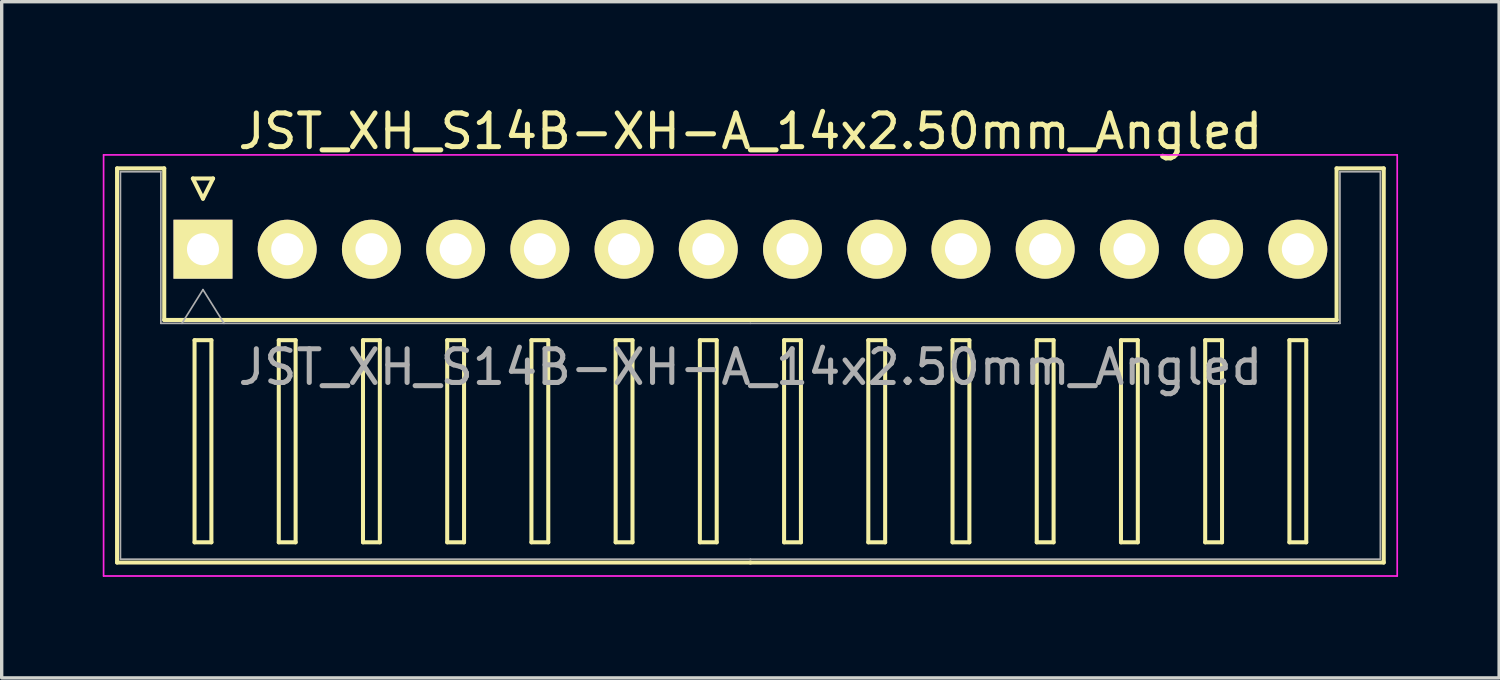
<source format=kicad_pcb>
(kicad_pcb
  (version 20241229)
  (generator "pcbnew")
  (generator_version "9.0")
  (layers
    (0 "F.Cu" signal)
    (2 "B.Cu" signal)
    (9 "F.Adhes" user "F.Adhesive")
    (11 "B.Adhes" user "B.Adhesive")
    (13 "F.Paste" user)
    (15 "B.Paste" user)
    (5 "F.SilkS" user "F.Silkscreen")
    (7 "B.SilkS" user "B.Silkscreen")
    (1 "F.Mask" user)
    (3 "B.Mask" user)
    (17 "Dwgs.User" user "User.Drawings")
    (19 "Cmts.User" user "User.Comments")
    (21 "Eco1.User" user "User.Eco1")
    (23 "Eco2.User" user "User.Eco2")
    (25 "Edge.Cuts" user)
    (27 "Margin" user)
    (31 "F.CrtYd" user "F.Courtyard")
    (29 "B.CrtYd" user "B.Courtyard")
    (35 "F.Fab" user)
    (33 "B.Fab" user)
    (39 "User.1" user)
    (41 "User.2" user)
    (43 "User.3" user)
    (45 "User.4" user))
  (footprint "JST_XH_S14B-XH-A_14x2.50mm_Angled"
    (layer "F.Cu")
    (at 2.975 4.348)
    (property "Reference" "JST_XH_S14B-XH-A_14x2.50mm_Angled" (at 16.25 3.5 0) (layer "F.Fab") (effects (font (size 1 1) (thickness 0.15))))
    (attr through_hole)
    (fp_line (start -2.55 -2.4) (end -1.15 -2.4) (stroke (width 0.12) (type solid)) (layer "F.SilkS"))
    (fp_line (start -2.55 9.3) (end -2.55 -2.4) (stroke (width 0.12) (type solid)) (layer "F.SilkS"))
    (fp_line (start -1.15 -2.4) (end -1.15 2.1) (stroke (width 0.12) (type solid)) (layer "F.SilkS"))
    (fp_line (start -1.15 2.1) (end 16.25 2.1) (stroke (width 0.12) (type solid)) (layer "F.SilkS"))
    (fp_line (start -0.3 -2.1) (end 0.3 -2.1) (stroke (width 0.12) (type solid)) (layer "F.SilkS"))
    (fp_line (start -0.25 2.7) (end -0.25 8.7) (stroke (width 0.12) (type solid)) (layer "F.SilkS"))
    (fp_line (start -0.25 8.7) (end 0.25 8.7) (stroke (width 0.12) (type solid)) (layer "F.SilkS"))
    (fp_line (start 0 -1.5) (end -0.3 -2.1) (stroke (width 0.12) (type solid)) (layer "F.SilkS"))
    (fp_line (start 0.25 2.7) (end -0.25 2.7) (stroke (width 0.12) (type solid)) (layer "F.SilkS"))
    (fp_line (start 0.25 8.7) (end 0.25 2.7) (stroke (width 0.12) (type solid)) (layer "F.SilkS"))
    (fp_line (start 0.3 -2.1) (end 0 -1.5) (stroke (width 0.12) (type solid)) (layer "F.SilkS"))
    (fp_line (start 2.25 2.7) (end 2.25 8.7) (stroke (width 0.12) (type solid)) (layer "F.SilkS"))
    (fp_line (start 2.25 8.7) (end 2.75 8.7) (stroke (width 0.12) (type solid)) (layer "F.SilkS"))
    (fp_line (start 2.75 2.7) (end 2.25 2.7) (stroke (width 0.12) (type solid)) (layer "F.SilkS"))
    (fp_line (start 2.75 8.7) (end 2.75 2.7) (stroke (width 0.12) (type solid)) (layer "F.SilkS"))
    (fp_line (start 4.75 2.7) (end 4.75 8.7) (stroke (width 0.12) (type solid)) (layer "F.SilkS"))
    (fp_line (start 4.75 8.7) (end 5.25 8.7) (stroke (width 0.12) (type solid)) (layer "F.SilkS"))
    (fp_line (start 5.25 2.7) (end 4.75 2.7) (stroke (width 0.12) (type solid)) (layer "F.SilkS"))
    (fp_line (start 5.25 8.7) (end 5.25 2.7) (stroke (width 0.12) (type solid)) (layer "F.SilkS"))
    (fp_line (start 7.25 2.7) (end 7.25 8.7) (stroke (width 0.12) (type solid)) (layer "F.SilkS"))
    (fp_line (start 7.25 8.7) (end 7.75 8.7) (stroke (width 0.12) (type solid)) (layer "F.SilkS"))
    (fp_line (start 7.75 2.7) (end 7.25 2.7) (stroke (width 0.12) (type solid)) (layer "F.SilkS"))
    (fp_line (start 7.75 8.7) (end 7.75 2.7) (stroke (width 0.12) (type solid)) (layer "F.SilkS"))
    (fp_line (start 9.75 2.7) (end 9.75 8.7) (stroke (width 0.12) (type solid)) (layer "F.SilkS"))
    (fp_line (start 9.75 8.7) (end 10.25 8.7) (stroke (width 0.12) (type solid)) (layer "F.SilkS"))
    (fp_line (start 10.25 2.7) (end 9.75 2.7) (stroke (width 0.12) (type solid)) (layer "F.SilkS"))
    (fp_line (start 10.25 8.7) (end 10.25 2.7) (stroke (width 0.12) (type solid)) (layer "F.SilkS"))
    (fp_line (start 12.25 2.7) (end 12.25 8.7) (stroke (width 0.12) (type solid)) (layer "F.SilkS"))
    (fp_line (start 12.25 8.7) (end 12.75 8.7) (stroke (width 0.12) (type solid)) (layer "F.SilkS"))
    (fp_line (start 12.75 2.7) (end 12.25 2.7) (stroke (width 0.12) (type solid)) (layer "F.SilkS"))
    (fp_line (start 12.75 8.7) (end 12.75 2.7) (stroke (width 0.12) (type solid)) (layer "F.SilkS"))
    (fp_line (start 14.75 2.7) (end 14.75 8.7) (stroke (width 0.12) (type solid)) (layer "F.SilkS"))
    (fp_line (start 14.75 8.7) (end 15.25 8.7) (stroke (width 0.12) (type solid)) (layer "F.SilkS"))
    (fp_line (start 15.25 2.7) (end 14.75 2.7) (stroke (width 0.12) (type solid)) (layer "F.SilkS"))
    (fp_line (start 15.25 8.7) (end 15.25 2.7) (stroke (width 0.12) (type solid)) (layer "F.SilkS"))
    (fp_line (start 16.25 9.3) (end -2.55 9.3) (stroke (width 0.12) (type solid)) (layer "F.SilkS"))
    (fp_line (start 16.25 9.3) (end 35.05 9.3) (stroke (width 0.12) (type solid)) (layer "F.SilkS"))
    (fp_line (start 17.25 2.7) (end 17.25 8.7) (stroke (width 0.12) (type solid)) (layer "F.SilkS"))
    (fp_line (start 17.25 8.7) (end 17.75 8.7) (stroke (width 0.12) (type solid)) (layer "F.SilkS"))
    (fp_line (start 17.75 2.7) (end 17.25 2.7) (stroke (width 0.12) (type solid)) (layer "F.SilkS"))
    (fp_line (start 17.75 8.7) (end 17.75 2.7) (stroke (width 0.12) (type solid)) (layer "F.SilkS"))
    (fp_line (start 19.75 2.7) (end 19.75 8.7) (stroke (width 0.12) (type solid)) (layer "F.SilkS"))
    (fp_line (start 19.75 8.7) (end 20.25 8.7) (stroke (width 0.12) (type solid)) (layer "F.SilkS"))
    (fp_line (start 20.25 2.7) (end 19.75 2.7) (stroke (width 0.12) (type solid)) (layer "F.SilkS"))
    (fp_line (start 20.25 8.7) (end 20.25 2.7) (stroke (width 0.12) (type solid)) (layer "F.SilkS"))
    (fp_line (start 22.25 2.7) (end 22.25 8.7) (stroke (width 0.12) (type solid)) (layer "F.SilkS"))
    (fp_line (start 22.25 8.7) (end 22.75 8.7) (stroke (width 0.12) (type solid)) (layer "F.SilkS"))
    (fp_line (start 22.75 2.7) (end 22.25 2.7) (stroke (width 0.12) (type solid)) (layer "F.SilkS"))
    (fp_line (start 22.75 8.7) (end 22.75 2.7) (stroke (width 0.12) (type solid)) (layer "F.SilkS"))
    (fp_line (start 24.75 2.7) (end 24.75 8.7) (stroke (width 0.12) (type solid)) (layer "F.SilkS"))
    (fp_line (start 24.75 8.7) (end 25.25 8.7) (stroke (width 0.12) (type solid)) (layer "F.SilkS"))
    (fp_line (start 25.25 2.7) (end 24.75 2.7) (stroke (width 0.12) (type solid)) (layer "F.SilkS"))
    (fp_line (start 25.25 8.7) (end 25.25 2.7) (stroke (width 0.12) (type solid)) (layer "F.SilkS"))
    (fp_line (start 27.25 2.7) (end 27.25 8.7) (stroke (width 0.12) (type solid)) (layer "F.SilkS"))
    (fp_line (start 27.25 8.7) (end 27.75 8.7) (stroke (width 0.12) (type solid)) (layer "F.SilkS"))
    (fp_line (start 27.75 2.7) (end 27.25 2.7) (stroke (width 0.12) (type solid)) (layer "F.SilkS"))
    (fp_line (start 27.75 8.7) (end 27.75 2.7) (stroke (width 0.12) (type solid)) (layer "F.SilkS"))
    (fp_line (start 29.75 2.7) (end 29.75 8.7) (stroke (width 0.12) (type solid)) (layer "F.SilkS"))
    (fp_line (start 29.75 8.7) (end 30.25 8.7) (stroke (width 0.12) (type solid)) (layer "F.SilkS"))
    (fp_line (start 30.25 2.7) (end 29.75 2.7) (stroke (width 0.12) (type solid)) (layer "F.SilkS"))
    (fp_line (start 30.25 8.7) (end 30.25 2.7) (stroke (width 0.12) (type solid)) (layer "F.SilkS"))
    (fp_line (start 32.25 2.7) (end 32.25 8.7) (stroke (width 0.12) (type solid)) (layer "F.SilkS"))
    (fp_line (start 32.25 8.7) (end 32.75 8.7) (stroke (width 0.12) (type solid)) (layer "F.SilkS"))
    (fp_line (start 32.75 2.7) (end 32.25 2.7) (stroke (width 0.12) (type solid)) (layer "F.SilkS"))
    (fp_line (start 32.75 8.7) (end 32.75 2.7) (stroke (width 0.12) (type solid)) (layer "F.SilkS"))
    (fp_line (start 33.65 -2.4) (end 33.65 2.1) (stroke (width 0.12) (type solid)) (layer "F.SilkS"))
    (fp_line (start 33.65 2.1) (end 16.25 2.1) (stroke (width 0.12) (type solid)) (layer "F.SilkS"))
    (fp_line (start 35.05 -2.4) (end 33.65 -2.4) (stroke (width 0.12) (type solid)) (layer "F.SilkS"))
    (fp_line (start 35.05 9.3) (end 35.05 -2.4) (stroke (width 0.12) (type solid)) (layer "F.SilkS"))
    (fp_line (start -2.95 -2.8) (end -2.95 9.7) (stroke (width 0.05) (type solid)) (layer "F.CrtYd"))
    (fp_line (start -2.95 9.7) (end 35.45 9.7) (stroke (width 0.05) (type solid)) (layer "F.CrtYd"))
    (fp_line (start 35.45 -2.8) (end -2.95 -2.8) (stroke (width 0.05) (type solid)) (layer "F.CrtYd"))
    (fp_line (start 35.45 9.7) (end 35.45 -2.8) (stroke (width 0.05) (type solid)) (layer "F.CrtYd"))
    (fp_line (start -2.45 -2.3) (end -1.25 -2.3) (stroke (width 0.05) (type solid)) (layer "F.Fab"))
    (fp_line (start -2.45 9.2) (end -2.45 -2.3) (stroke (width 0.05) (type solid)) (layer "F.Fab"))
    (fp_line (start -1.25 -2.3) (end -1.25 2.2) (stroke (width 0.05) (type solid)) (layer "F.Fab"))
    (fp_line (start -1.25 2.2) (end 16.25 2.2) (stroke (width 0.05) (type solid)) (layer "F.Fab"))
    (fp_line (start -0.625 2.2) (end 0 1.2) (stroke (width 0.05) (type solid)) (layer "F.Fab"))
    (fp_line (start 0 1.2) (end 0.625 2.2) (stroke (width 0.05) (type solid)) (layer "F.Fab"))
    (fp_line (start 16.25 9.2) (end -2.45 9.2) (stroke (width 0.05) (type solid)) (layer "F.Fab"))
    (fp_line (start 16.25 9.2) (end 34.95 9.2) (stroke (width 0.05) (type solid)) (layer "F.Fab"))
    (fp_line (start 33.75 -2.3) (end 33.75 2.2) (stroke (width 0.05) (type solid)) (layer "F.Fab"))
    (fp_line (start 33.75 2.2) (end 16.25 2.2) (stroke (width 0.05) (type solid)) (layer "F.Fab"))
    (fp_line (start 34.95 -2.3) (end 33.75 -2.3) (stroke (width 0.05) (type solid)) (layer "F.Fab"))
    (fp_line (start 34.95 9.2) (end 34.95 -2.3) (stroke (width 0.05) (type solid)) (layer "F.Fab"))
    (fp_text user "${REFERENCE}" (at 16.25 -3.5 0) (layer "F.SilkS") (effects (font (size 1 1) (thickness 0.15))))
    (pad "1" thru_hole rect (at 0 0) (size 1.75 1.75) (drill 0.95) (layers "*.Cu" "*.Mask" "F.SilkS"))
    (pad "2" thru_hole circle (at 2.5 0) (size 1.75 1.75) (drill 0.95) (layers "*.Cu" "*.Mask" "F.SilkS"))
    (pad "3" thru_hole circle (at 5 0) (size 1.75 1.75) (drill 0.95) (layers "*.Cu" "*.Mask" "F.SilkS"))
    (pad "4" thru_hole circle (at 7.5 0) (size 1.75 1.75) (drill 0.95) (layers "*.Cu" "*.Mask" "F.SilkS"))
    (pad "5" thru_hole circle (at 10 0) (size 1.75 1.75) (drill 0.95) (layers "*.Cu" "*.Mask" "F.SilkS"))
    (pad "6" thru_hole circle (at 12.5 0) (size 1.75 1.75) (drill 0.95) (layers "*.Cu" "*.Mask" "F.SilkS"))
    (pad "7" thru_hole circle (at 15 0) (size 1.75 1.75) (drill 0.95) (layers "*.Cu" "*.Mask" "F.SilkS"))
    (pad "8" thru_hole circle (at 17.5 0) (size 1.75 1.75) (drill 0.95) (layers "*.Cu" "*.Mask" "F.SilkS"))
    (pad "9" thru_hole circle (at 20 0) (size 1.75 1.75) (drill 0.95) (layers "*.Cu" "*.Mask" "F.SilkS"))
    (pad "10" thru_hole circle (at 22.5 0) (size 1.75 1.75) (drill 0.95) (layers "*.Cu" "*.Mask" "F.SilkS"))
    (pad "11" thru_hole circle (at 25 0) (size 1.75 1.75) (drill 0.95) (layers "*.Cu" "*.Mask" "F.SilkS"))
    (pad "12" thru_hole circle (at 27.5 0) (size 1.75 1.75) (drill 0.95) (layers "*.Cu" "*.Mask" "F.SilkS"))
    (pad "13" thru_hole circle (at 30 0) (size 1.75 1.75) (drill 0.95) (layers "*.Cu" "*.Mask" "F.SilkS"))
    (pad "14" thru_hole circle (at 32.5 0) (size 1.75 1.75) (drill 0.95) (layers "*.Cu" "*.Mask" "F.SilkS")))
  (gr_rect
    (start -3 -3)
    (end 41.45 17.073)
    (stroke (width 0.1) (type default))
    (fill no)
    (layer "Edge.Cuts")))
</source>
